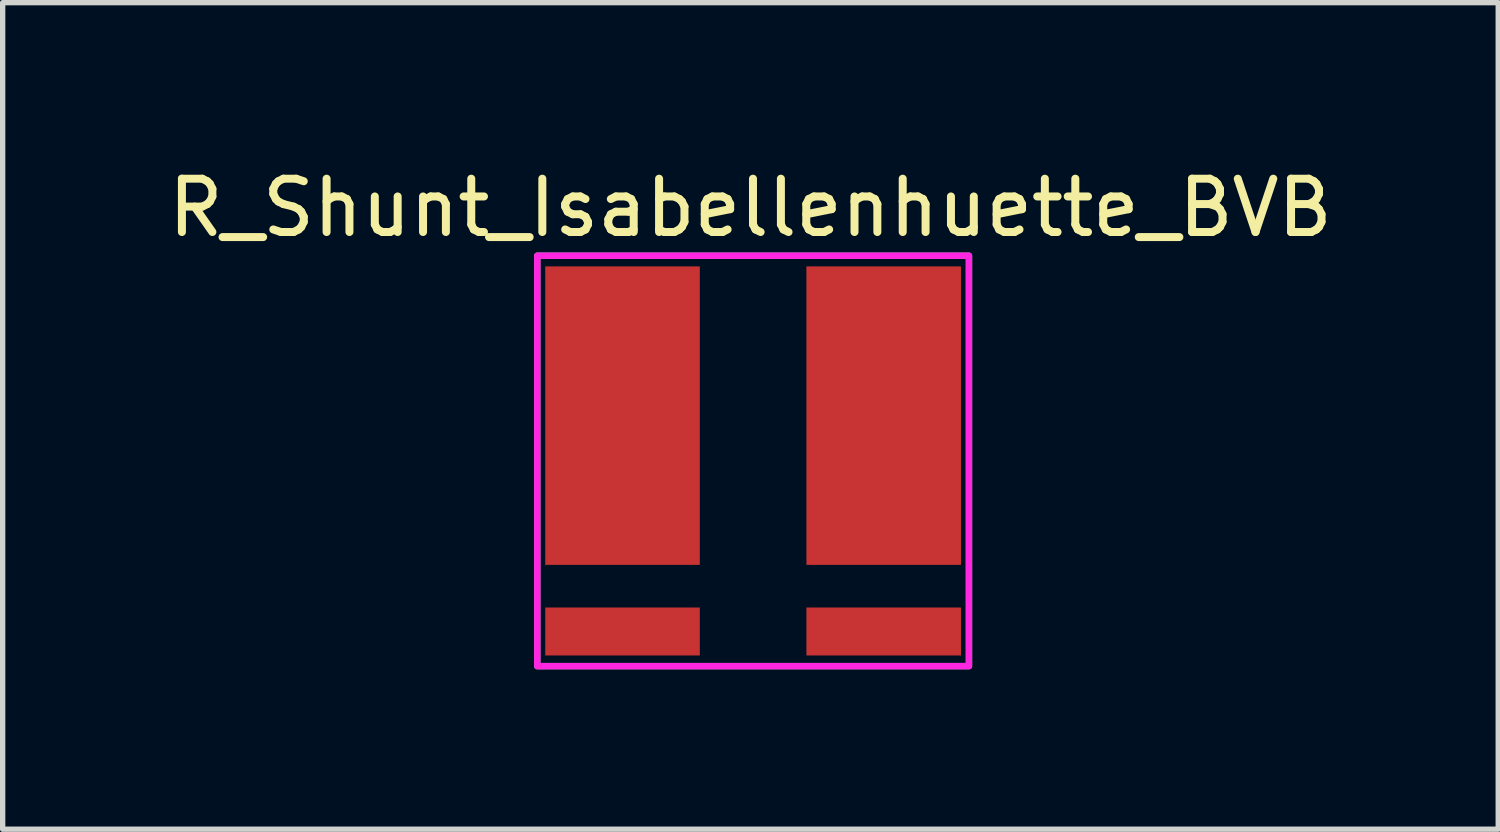
<source format=kicad_pcb>
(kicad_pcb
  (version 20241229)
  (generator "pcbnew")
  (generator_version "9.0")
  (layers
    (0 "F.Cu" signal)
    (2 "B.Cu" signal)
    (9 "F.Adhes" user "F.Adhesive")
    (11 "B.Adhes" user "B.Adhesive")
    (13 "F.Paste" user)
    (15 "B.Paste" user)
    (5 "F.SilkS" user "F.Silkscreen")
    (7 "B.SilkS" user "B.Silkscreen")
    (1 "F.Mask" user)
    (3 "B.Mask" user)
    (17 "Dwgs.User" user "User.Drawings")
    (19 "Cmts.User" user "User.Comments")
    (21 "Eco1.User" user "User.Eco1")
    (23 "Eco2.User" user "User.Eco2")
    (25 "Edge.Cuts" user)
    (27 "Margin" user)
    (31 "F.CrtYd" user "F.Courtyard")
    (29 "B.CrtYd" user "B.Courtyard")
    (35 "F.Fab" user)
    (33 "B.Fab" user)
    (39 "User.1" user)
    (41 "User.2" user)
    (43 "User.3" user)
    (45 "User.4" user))
  (footprint "R_Shunt_Isabellenhuette_BVB"
    (layer "F.Cu")
    (at 11.03 5.448)
    (property "Reference" "R_Shunt_Isabellenhuette_BVB" (at 0 -4.6 0) (unlocked yes) (layer "F.SilkS") (effects (font (size 1 1) (thickness 0.15))))
    (attr smd)
    (fp_rect (start -4 -3.7) (end 4.1 4) (stroke (width 0.12) (type default)) (fill no) (layer "F.CrtYd"))
    (fp_rect (start -4 -3.7) (end 4.1 4) (stroke (width 0.12) (type default)) (fill no) (layer "F.Fab"))
    (pad "1" smd rect (at -2.4 -0.7 270) (size 5.6 2.9) (layers "F.Cu" "F.Mask" "F.Paste"))
    (pad "1" smd rect (at -2.4 3.35 270) (size 0.9 2.9) (layers "F.Cu" "F.Mask" "F.Paste"))
    (pad "2" smd rect (at 2.5 -0.7 270) (size 5.6 2.9) (layers "F.Cu" "F.Mask" "F.Paste"))
    (pad "2" smd rect (at 2.5 3.35 270) (size 0.9 2.9) (layers "F.Cu" "F.Mask" "F.Paste")))
  (gr_rect
    (start -3 -3)
    (end 25.06 12.508)
    (stroke (width 0.1) (type default))
    (fill no)
    (layer "Edge.Cuts")))
</source>
